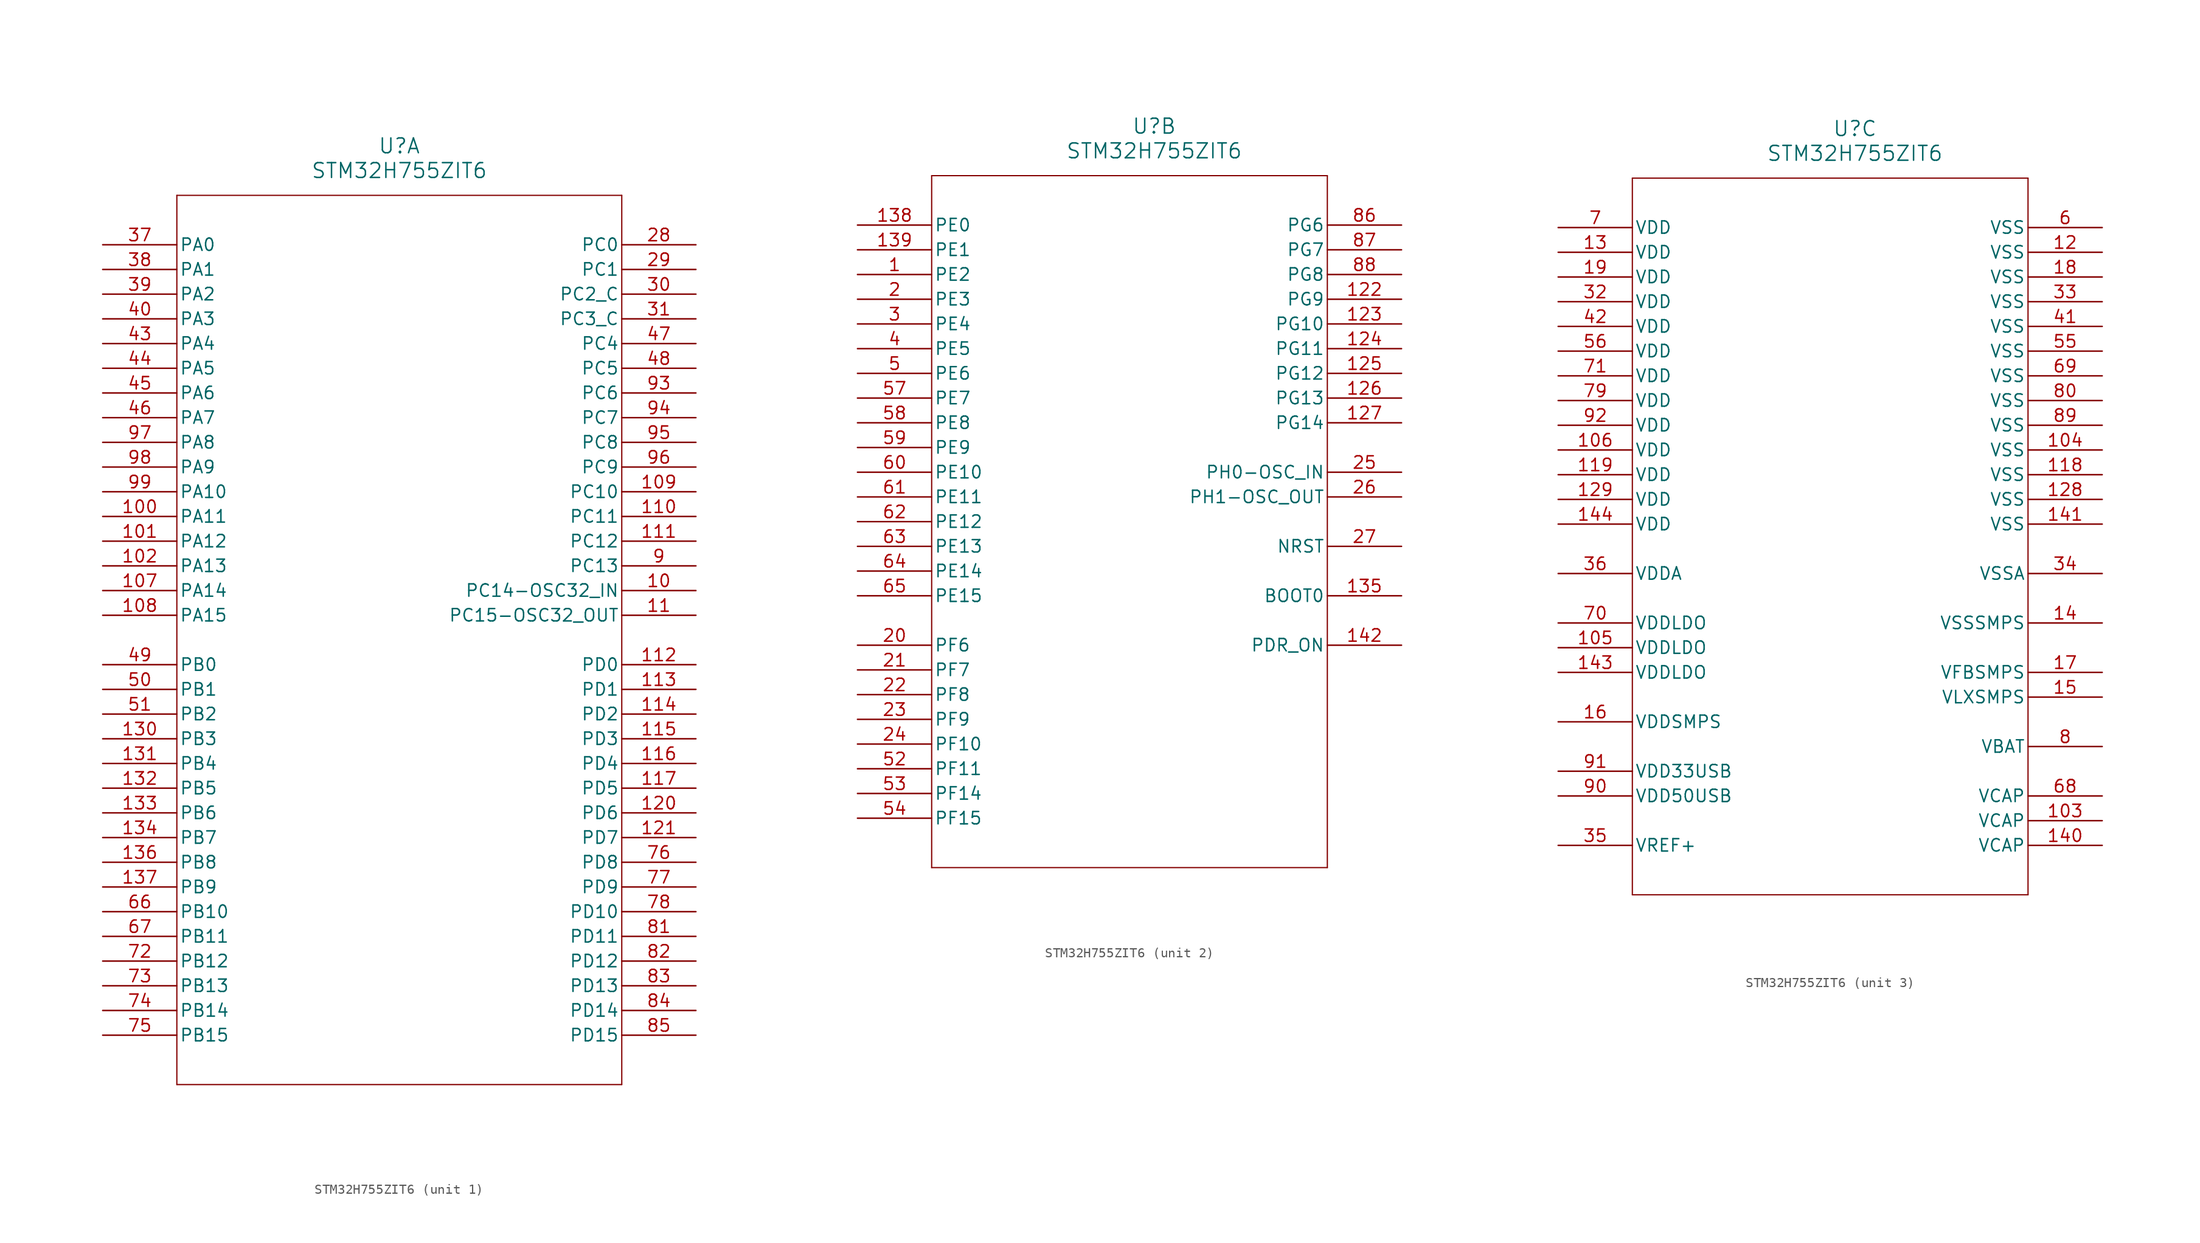
<source format=kicad_sym>
(kicad_symbol_lib
  (version 20211014)
  (generator kicad_symbol_editor)
  (symbol "STM32H755ZIT6"
    (pin_names
      (offset 0.254))
    (property "Reference" "U"
      (at 30.48 10.16 0)
      (effects (font (size 1.524 1.524))))
    (property "Value" "STM32H755ZIT6"
      (at 30.48 7.62 0)
      (effects (font (size 1.524 1.524))))
    (symbol "STM32H755ZIT6_1_1"
      (polyline (pts (xy 7.62 5.08) (xy 7.62 -86.36)) (stroke (width 0.127) (type default) (color 0 0 0 0)) (fill (type none)))
      (polyline (pts (xy 7.62 -86.36) (xy 53.34 -86.36)) (stroke (width 0.127) (type default) (color 0 0 0 0)) (fill (type none)))
      (polyline (pts (xy 53.34 -86.36) (xy 53.34 5.08)) (stroke (width 0.127) (type default) (color 0 0 0 0)) (fill (type none)))
      (polyline (pts (xy 53.34 5.08) (xy 7.62 5.08)) (stroke (width 0.127) (type default) (color 0 0 0 0)) (fill (type none)))
      (pin bidirectional line (at 60.96 -33.02 180) (length 7.62) (name "PC13" (effects (font (size 1.27 1.27)))) (number "9" (effects (font (size 1.27 1.27)))))
      (pin bidirectional line (at 60.96 -35.56 180) (length 7.62) (name "PC14-OSC32_IN" (effects (font (size 1.27 1.27)))) (number "10" (effects (font (size 1.27 1.27)))))
      (pin bidirectional line (at 60.96 -38.1 180) (length 7.62) (name "PC15-OSC32_OUT" (effects (font (size 1.27 1.27)))) (number "11" (effects (font (size 1.27 1.27)))))
      (pin bidirectional line (at 60.96 0 180) (length 7.62) (name "PC0" (effects (font (size 1.27 1.27)))) (number "28" (effects (font (size 1.27 1.27)))))
      (pin bidirectional line (at 60.96 -2.54 180) (length 7.62) (name "PC1" (effects (font (size 1.27 1.27)))) (number "29" (effects (font (size 1.27 1.27)))))
      (pin bidirectional line (at 60.96 -5.08 180) (length 7.62) (name "PC2_C" (effects (font (size 1.27 1.27)))) (number "30" (effects (font (size 1.27 1.27)))))
      (pin bidirectional line (at 60.96 -7.62 180) (length 7.62) (name "PC3_C" (effects (font (size 1.27 1.27)))) (number "31" (effects (font (size 1.27 1.27)))))
      (pin bidirectional line (at 0 0 0) (length 7.62) (name "PA0" (effects (font (size 1.27 1.27)))) (number "37" (effects (font (size 1.27 1.27)))))
      (pin bidirectional line (at 0 -2.54 0) (length 7.62) (name "PA1" (effects (font (size 1.27 1.27)))) (number "38" (effects (font (size 1.27 1.27)))))
      (pin bidirectional line (at 0 -5.08 0) (length 7.62) (name "PA2" (effects (font (size 1.27 1.27)))) (number "39" (effects (font (size 1.27 1.27)))))
      (pin bidirectional line (at 0 -7.62 0) (length 7.62) (name "PA3" (effects (font (size 1.27 1.27)))) (number "40" (effects (font (size 1.27 1.27)))))
      (pin bidirectional line (at 0 -10.16 0) (length 7.62) (name "PA4" (effects (font (size 1.27 1.27)))) (number "43" (effects (font (size 1.27 1.27)))))
      (pin bidirectional line (at 0 -12.7 0) (length 7.62) (name "PA5" (effects (font (size 1.27 1.27)))) (number "44" (effects (font (size 1.27 1.27)))))
      (pin bidirectional line (at 0 -15.24 0) (length 7.62) (name "PA6" (effects (font (size 1.27 1.27)))) (number "45" (effects (font (size 1.27 1.27)))))
      (pin bidirectional line (at 0 -17.78 0) (length 7.62) (name "PA7" (effects (font (size 1.27 1.27)))) (number "46" (effects (font (size 1.27 1.27)))))
      (pin bidirectional line (at 60.96 -10.16 180) (length 7.62) (name "PC4" (effects (font (size 1.27 1.27)))) (number "47" (effects (font (size 1.27 1.27)))))
      (pin bidirectional line (at 60.96 -12.7 180) (length 7.62) (name "PC5" (effects (font (size 1.27 1.27)))) (number "48" (effects (font (size 1.27 1.27)))))
      (pin bidirectional line (at 0 -43.18 0) (length 7.62) (name "PB0" (effects (font (size 1.27 1.27)))) (number "49" (effects (font (size 1.27 1.27)))))
      (pin bidirectional line (at 0 -45.72 0) (length 7.62) (name "PB1" (effects (font (size 1.27 1.27)))) (number "50" (effects (font (size 1.27 1.27)))))
      (pin bidirectional line (at 0 -48.26 0) (length 7.62) (name "PB2" (effects (font (size 1.27 1.27)))) (number "51" (effects (font (size 1.27 1.27)))))
      (pin bidirectional line (at 0 -68.58 0) (length 7.62) (name "PB10" (effects (font (size 1.27 1.27)))) (number "66" (effects (font (size 1.27 1.27)))))
      (pin bidirectional line (at 0 -71.12 0) (length 7.62) (name "PB11" (effects (font (size 1.27 1.27)))) (number "67" (effects (font (size 1.27 1.27)))))
      (pin bidirectional line (at 0 -73.66 0) (length 7.62) (name "PB12" (effects (font (size 1.27 1.27)))) (number "72" (effects (font (size 1.27 1.27)))))
      (pin bidirectional line (at 0 -76.2 0) (length 7.62) (name "PB13" (effects (font (size 1.27 1.27)))) (number "73" (effects (font (size 1.27 1.27)))))
      (pin bidirectional line (at 0 -78.74 0) (length 7.62) (name "PB14" (effects (font (size 1.27 1.27)))) (number "74" (effects (font (size 1.27 1.27)))))
      (pin bidirectional line (at 0 -81.28 0) (length 7.62) (name "PB15" (effects (font (size 1.27 1.27)))) (number "75" (effects (font (size 1.27 1.27)))))
      (pin bidirectional line (at 60.96 -63.5 180) (length 7.62) (name "PD8" (effects (font (size 1.27 1.27)))) (number "76" (effects (font (size 1.27 1.27)))))
      (pin bidirectional line (at 60.96 -66.04 180) (length 7.62) (name "PD9" (effects (font (size 1.27 1.27)))) (number "77" (effects (font (size 1.27 1.27)))))
      (pin bidirectional line (at 60.96 -68.58 180) (length 7.62) (name "PD10" (effects (font (size 1.27 1.27)))) (number "78" (effects (font (size 1.27 1.27)))))
      (pin bidirectional line (at 60.96 -71.12 180) (length 7.62) (name "PD11" (effects (font (size 1.27 1.27)))) (number "81" (effects (font (size 1.27 1.27)))))
      (pin bidirectional line (at 60.96 -73.66 180) (length 7.62) (name "PD12" (effects (font (size 1.27 1.27)))) (number "82" (effects (font (size 1.27 1.27)))))
      (pin bidirectional line (at 60.96 -76.2 180) (length 7.62) (name "PD13" (effects (font (size 1.27 1.27)))) (number "83" (effects (font (size 1.27 1.27)))))
      (pin bidirectional line (at 60.96 -78.74 180) (length 7.62) (name "PD14" (effects (font (size 1.27 1.27)))) (number "84" (effects (font (size 1.27 1.27)))))
      (pin bidirectional line (at 60.96 -81.28 180) (length 7.62) (name "PD15" (effects (font (size 1.27 1.27)))) (number "85" (effects (font (size 1.27 1.27)))))
      (pin bidirectional line (at 60.96 -15.24 180) (length 7.62) (name "PC6" (effects (font (size 1.27 1.27)))) (number "93" (effects (font (size 1.27 1.27)))))
      (pin bidirectional line (at 60.96 -17.78 180) (length 7.62) (name "PC7" (effects (font (size 1.27 1.27)))) (number "94" (effects (font (size 1.27 1.27)))))
      (pin bidirectional line (at 60.96 -20.32 180) (length 7.62) (name "PC8" (effects (font (size 1.27 1.27)))) (number "95" (effects (font (size 1.27 1.27)))))
      (pin bidirectional line (at 60.96 -22.86 180) (length 7.62) (name "PC9" (effects (font (size 1.27 1.27)))) (number "96" (effects (font (size 1.27 1.27)))))
      (pin bidirectional line (at 0 -20.32 0) (length 7.62) (name "PA8" (effects (font (size 1.27 1.27)))) (number "97" (effects (font (size 1.27 1.27)))))
      (pin bidirectional line (at 0 -22.86 0) (length 7.62) (name "PA9" (effects (font (size 1.27 1.27)))) (number "98" (effects (font (size 1.27 1.27)))))
      (pin bidirectional line (at 0 -25.4 0) (length 7.62) (name "PA10" (effects (font (size 1.27 1.27)))) (number "99" (effects (font (size 1.27 1.27)))))
      (pin bidirectional line (at 0 -27.94 0) (length 7.62) (name "PA11" (effects (font (size 1.27 1.27)))) (number "100" (effects (font (size 1.27 1.27)))))
      (pin bidirectional line (at 0 -30.48 0) (length 7.62) (name "PA12" (effects (font (size 1.27 1.27)))) (number "101" (effects (font (size 1.27 1.27)))))
      (pin bidirectional line (at 0 -33.02 0) (length 7.62) (name "PA13" (effects (font (size 1.27 1.27)))) (number "102" (effects (font (size 1.27 1.27)))))
      (pin bidirectional line (at 0 -35.56 0) (length 7.62) (name "PA14" (effects (font (size 1.27 1.27)))) (number "107" (effects (font (size 1.27 1.27)))))
      (pin bidirectional line (at 0 -38.1 0) (length 7.62) (name "PA15" (effects (font (size 1.27 1.27)))) (number "108" (effects (font (size 1.27 1.27)))))
      (pin bidirectional line (at 60.96 -25.4 180) (length 7.62) (name "PC10" (effects (font (size 1.27 1.27)))) (number "109" (effects (font (size 1.27 1.27)))))
      (pin bidirectional line (at 60.96 -27.94 180) (length 7.62) (name "PC11" (effects (font (size 1.27 1.27)))) (number "110" (effects (font (size 1.27 1.27)))))
      (pin bidirectional line (at 60.96 -30.48 180) (length 7.62) (name "PC12" (effects (font (size 1.27 1.27)))) (number "111" (effects (font (size 1.27 1.27)))))
      (pin bidirectional line (at 60.96 -43.18 180) (length 7.62) (name "PD0" (effects (font (size 1.27 1.27)))) (number "112" (effects (font (size 1.27 1.27)))))
      (pin bidirectional line (at 60.96 -45.72 180) (length 7.62) (name "PD1" (effects (font (size 1.27 1.27)))) (number "113" (effects (font (size 1.27 1.27)))))
      (pin bidirectional line (at 60.96 -48.26 180) (length 7.62) (name "PD2" (effects (font (size 1.27 1.27)))) (number "114" (effects (font (size 1.27 1.27)))))
      (pin bidirectional line (at 60.96 -50.8 180) (length 7.62) (name "PD3" (effects (font (size 1.27 1.27)))) (number "115" (effects (font (size 1.27 1.27)))))
      (pin bidirectional line (at 60.96 -53.34 180) (length 7.62) (name "PD4" (effects (font (size 1.27 1.27)))) (number "116" (effects (font (size 1.27 1.27)))))
      (pin bidirectional line (at 60.96 -55.88 180) (length 7.62) (name "PD5" (effects (font (size 1.27 1.27)))) (number "117" (effects (font (size 1.27 1.27)))))
      (pin bidirectional line (at 60.96 -58.42 180) (length 7.62) (name "PD6" (effects (font (size 1.27 1.27)))) (number "120" (effects (font (size 1.27 1.27)))))
      (pin bidirectional line (at 60.96 -60.96 180) (length 7.62) (name "PD7" (effects (font (size 1.27 1.27)))) (number "121" (effects (font (size 1.27 1.27)))))
      (pin bidirectional line (at 0 -50.8 0) (length 7.62) (name "PB3" (effects (font (size 1.27 1.27)))) (number "130" (effects (font (size 1.27 1.27)))))
      (pin bidirectional line (at 0 -53.34 0) (length 7.62) (name "PB4" (effects (font (size 1.27 1.27)))) (number "131" (effects (font (size 1.27 1.27)))))
      (pin bidirectional line (at 0 -55.88 0) (length 7.62) (name "PB5" (effects (font (size 1.27 1.27)))) (number "132" (effects (font (size 1.27 1.27)))))
      (pin bidirectional line (at 0 -58.42 0) (length 7.62) (name "PB6" (effects (font (size 1.27 1.27)))) (number "133" (effects (font (size 1.27 1.27)))))
      (pin bidirectional line (at 0 -60.96 0) (length 7.62) (name "PB7" (effects (font (size 1.27 1.27)))) (number "134" (effects (font (size 1.27 1.27)))))
      (pin bidirectional line (at 0 -63.5 0) (length 7.62) (name "PB8" (effects (font (size 1.27 1.27)))) (number "136" (effects (font (size 1.27 1.27)))))
      (pin bidirectional line (at 0 -66.04 0) (length 7.62) (name "PB9" (effects (font (size 1.27 1.27)))) (number "137" (effects (font (size 1.27 1.27))))))
    (symbol "STM32H755ZIT6_2_1"
      (polyline (pts (xy 7.62 5.08) (xy 7.62 -66.04)) (stroke (width 0.127) (type default) (color 0 0 0 0)) (fill (type none)))
      (polyline (pts (xy 7.62 -66.04) (xy 48.26 -66.04)) (stroke (width 0.127) (type default) (color 0 0 0 0)) (fill (type none)))
      (polyline (pts (xy 48.26 -66.04) (xy 48.26 5.08)) (stroke (width 0.127) (type default) (color 0 0 0 0)) (fill (type none)))
      (polyline (pts (xy 48.26 5.08) (xy 7.62 5.08)) (stroke (width 0.127) (type default) (color 0 0 0 0)) (fill (type none)))
      (pin bidirectional line (at 0 -5.08 0) (length 7.62) (name "PE2" (effects (font (size 1.27 1.27)))) (number "1" (effects (font (size 1.27 1.27)))))
      (pin bidirectional line (at 0 -7.62 0) (length 7.62) (name "PE3" (effects (font (size 1.27 1.27)))) (number "2" (effects (font (size 1.27 1.27)))))
      (pin bidirectional line (at 0 -10.16 0) (length 7.62) (name "PE4" (effects (font (size 1.27 1.27)))) (number "3" (effects (font (size 1.27 1.27)))))
      (pin bidirectional line (at 0 -12.7 0) (length 7.62) (name "PE5" (effects (font (size 1.27 1.27)))) (number "4" (effects (font (size 1.27 1.27)))))
      (pin bidirectional line (at 0 -15.24 0) (length 7.62) (name "PE6" (effects (font (size 1.27 1.27)))) (number "5" (effects (font (size 1.27 1.27)))))
      (pin bidirectional line (at 0 -43.18 0) (length 7.62) (name "PF6" (effects (font (size 1.27 1.27)))) (number "20" (effects (font (size 1.27 1.27)))))
      (pin bidirectional line (at 0 -45.72 0) (length 7.62) (name "PF7" (effects (font (size 1.27 1.27)))) (number "21" (effects (font (size 1.27 1.27)))))
      (pin bidirectional line (at 0 -48.26 0) (length 7.62) (name "PF8" (effects (font (size 1.27 1.27)))) (number "22" (effects (font (size 1.27 1.27)))))
      (pin bidirectional line (at 0 -50.8 0) (length 7.62) (name "PF9" (effects (font (size 1.27 1.27)))) (number "23" (effects (font (size 1.27 1.27)))))
      (pin bidirectional line (at 0 -53.34 0) (length 7.62) (name "PF10" (effects (font (size 1.27 1.27)))) (number "24" (effects (font (size 1.27 1.27)))))
      (pin bidirectional line (at 55.88 -25.4 180) (length 7.62) (name "PH0-OSC_IN" (effects (font (size 1.27 1.27)))) (number "25" (effects (font (size 1.27 1.27)))))
      (pin bidirectional line (at 55.88 -27.94 180) (length 7.62) (name "PH1-OSC_OUT" (effects (font (size 1.27 1.27)))) (number "26" (effects (font (size 1.27 1.27)))))
      (pin bidirectional line (at 55.88 -33.02 180) (length 7.62) (name "NRST" (effects (font (size 1.27 1.27)))) (number "27" (effects (font (size 1.27 1.27)))))
      (pin bidirectional line (at 0 -55.88 0) (length 7.62) (name "PF11" (effects (font (size 1.27 1.27)))) (number "52" (effects (font (size 1.27 1.27)))))
      (pin bidirectional line (at 0 -58.42 0) (length 7.62) (name "PF14" (effects (font (size 1.27 1.27)))) (number "53" (effects (font (size 1.27 1.27)))))
      (pin bidirectional line (at 0 -60.96 0) (length 7.62) (name "PF15" (effects (font (size 1.27 1.27)))) (number "54" (effects (font (size 1.27 1.27)))))
      (pin bidirectional line (at 0 -17.78 0) (length 7.62) (name "PE7" (effects (font (size 1.27 1.27)))) (number "57" (effects (font (size 1.27 1.27)))))
      (pin bidirectional line (at 0 -20.32 0) (length 7.62) (name "PE8" (effects (font (size 1.27 1.27)))) (number "58" (effects (font (size 1.27 1.27)))))
      (pin bidirectional line (at 0 -22.86 0) (length 7.62) (name "PE9" (effects (font (size 1.27 1.27)))) (number "59" (effects (font (size 1.27 1.27)))))
      (pin bidirectional line (at 0 -25.4 0) (length 7.62) (name "PE10" (effects (font (size 1.27 1.27)))) (number "60" (effects (font (size 1.27 1.27)))))
      (pin bidirectional line (at 0 -27.94 0) (length 7.62) (name "PE11" (effects (font (size 1.27 1.27)))) (number "61" (effects (font (size 1.27 1.27)))))
      (pin bidirectional line (at 0 -30.48 0) (length 7.62) (name "PE12" (effects (font (size 1.27 1.27)))) (number "62" (effects (font (size 1.27 1.27)))))
      (pin bidirectional line (at 0 -33.02 0) (length 7.62) (name "PE13" (effects (font (size 1.27 1.27)))) (number "63" (effects (font (size 1.27 1.27)))))
      (pin bidirectional line (at 0 -35.56 0) (length 7.62) (name "PE14" (effects (font (size 1.27 1.27)))) (number "64" (effects (font (size 1.27 1.27)))))
      (pin bidirectional line (at 0 -38.1 0) (length 7.62) (name "PE15" (effects (font (size 1.27 1.27)))) (number "65" (effects (font (size 1.27 1.27)))))
      (pin bidirectional line (at 55.88 0 180) (length 7.62) (name "PG6" (effects (font (size 1.27 1.27)))) (number "86" (effects (font (size 1.27 1.27)))))
      (pin bidirectional line (at 55.88 -2.54 180) (length 7.62) (name "PG7" (effects (font (size 1.27 1.27)))) (number "87" (effects (font (size 1.27 1.27)))))
      (pin bidirectional line (at 55.88 -5.08 180) (length 7.62) (name "PG8" (effects (font (size 1.27 1.27)))) (number "88" (effects (font (size 1.27 1.27)))))
      (pin bidirectional line (at 55.88 -7.62 180) (length 7.62) (name "PG9" (effects (font (size 1.27 1.27)))) (number "122" (effects (font (size 1.27 1.27)))))
      (pin bidirectional line (at 55.88 -10.16 180) (length 7.62) (name "PG10" (effects (font (size 1.27 1.27)))) (number "123" (effects (font (size 1.27 1.27)))))
      (pin bidirectional line (at 55.88 -12.7 180) (length 7.62) (name "PG11" (effects (font (size 1.27 1.27)))) (number "124" (effects (font (size 1.27 1.27)))))
      (pin bidirectional line (at 55.88 -15.24 180) (length 7.62) (name "PG12" (effects (font (size 1.27 1.27)))) (number "125" (effects (font (size 1.27 1.27)))))
      (pin bidirectional line (at 55.88 -17.78 180) (length 7.62) (name "PG13" (effects (font (size 1.27 1.27)))) (number "126" (effects (font (size 1.27 1.27)))))
      (pin bidirectional line (at 55.88 -20.32 180) (length 7.62) (name "PG14" (effects (font (size 1.27 1.27)))) (number "127" (effects (font (size 1.27 1.27)))))
      (pin input line (at 55.88 -38.1 180) (length 7.62) (name "BOOT0" (effects (font (size 1.27 1.27)))) (number "135" (effects (font (size 1.27 1.27)))))
      (pin bidirectional line (at 0 0 0) (length 7.62) (name "PE0" (effects (font (size 1.27 1.27)))) (number "138" (effects (font (size 1.27 1.27)))))
      (pin bidirectional line (at 0 -2.54 0) (length 7.62) (name "PE1" (effects (font (size 1.27 1.27)))) (number "139" (effects (font (size 1.27 1.27)))))
      (pin bidirectional line (at 55.88 -43.18 180) (length 7.62) (name "PDR_ON" (effects (font (size 1.27 1.27)))) (number "142" (effects (font (size 1.27 1.27))))))
    (symbol "STM32H755ZIT6_3_1"
      (polyline (pts (xy 7.62 5.08) (xy 7.62 -68.58)) (stroke (width 0.127) (type default) (color 0 0 0 0)) (fill (type none)))
      (polyline (pts (xy 7.62 -68.58) (xy 48.26 -68.58)) (stroke (width 0.127) (type default) (color 0 0 0 0)) (fill (type none)))
      (polyline (pts (xy 48.26 -68.58) (xy 48.26 5.08)) (stroke (width 0.127) (type default) (color 0 0 0 0)) (fill (type none)))
      (polyline (pts (xy 48.26 5.08) (xy 7.62 5.08)) (stroke (width 0.127) (type default) (color 0 0 0 0)) (fill (type none)))
      (pin power_in line (at 55.88 0 180) (length 7.62) (name "VSS" (effects (font (size 1.27 1.27)))) (number "6" (effects (font (size 1.27 1.27)))))
      (pin power_in line (at 0 0 0) (length 7.62) (name "VDD" (effects (font (size 1.27 1.27)))) (number "7" (effects (font (size 1.27 1.27)))))
      (pin power_in line (at 55.88 -53.34 180) (length 7.62) (name "VBAT" (effects (font (size 1.27 1.27)))) (number "8" (effects (font (size 1.27 1.27)))))
      (pin power_in line (at 55.88 -2.54 180) (length 7.62) (name "VSS" (effects (font (size 1.27 1.27)))) (number "12" (effects (font (size 1.27 1.27)))))
      (pin power_in line (at 0 -2.54 0) (length 7.62) (name "VDD" (effects (font (size 1.27 1.27)))) (number "13" (effects (font (size 1.27 1.27)))))
      (pin power_in line (at 55.88 -40.64 180) (length 7.62) (name "VSSSMPS" (effects (font (size 1.27 1.27)))) (number "14" (effects (font (size 1.27 1.27)))))
      (pin power_in line (at 55.88 -48.26 180) (length 7.62) (name "VLXSMPS" (effects (font (size 1.27 1.27)))) (number "15" (effects (font (size 1.27 1.27)))))
      (pin power_in line (at 0 -50.8 0) (length 7.62) (name "VDDSMPS" (effects (font (size 1.27 1.27)))) (number "16" (effects (font (size 1.27 1.27)))))
      (pin power_in line (at 55.88 -45.72 180) (length 7.62) (name "VFBSMPS" (effects (font (size 1.27 1.27)))) (number "17" (effects (font (size 1.27 1.27)))))
      (pin power_in line (at 55.88 -5.08 180) (length 7.62) (name "VSS" (effects (font (size 1.27 1.27)))) (number "18" (effects (font (size 1.27 1.27)))))
      (pin power_in line (at 0 -5.08 0) (length 7.62) (name "VDD" (effects (font (size 1.27 1.27)))) (number "19" (effects (font (size 1.27 1.27)))))
      (pin power_in line (at 0 -7.62 0) (length 7.62) (name "VDD" (effects (font (size 1.27 1.27)))) (number "32" (effects (font (size 1.27 1.27)))))
      (pin power_in line (at 55.88 -7.62 180) (length 7.62) (name "VSS" (effects (font (size 1.27 1.27)))) (number "33" (effects (font (size 1.27 1.27)))))
      (pin power_in line (at 55.88 -35.56 180) (length 7.62) (name "VSSA" (effects (font (size 1.27 1.27)))) (number "34" (effects (font (size 1.27 1.27)))))
      (pin power_in line (at 0 -63.5 0) (length 7.62) (name "VREF+" (effects (font (size 1.27 1.27)))) (number "35" (effects (font (size 1.27 1.27)))))
      (pin power_in line (at 0 -35.56 0) (length 7.62) (name "VDDA" (effects (font (size 1.27 1.27)))) (number "36" (effects (font (size 1.27 1.27)))))
      (pin power_in line (at 55.88 -10.16 180) (length 7.62) (name "VSS" (effects (font (size 1.27 1.27)))) (number "41" (effects (font (size 1.27 1.27)))))
      (pin power_in line (at 0 -10.16 0) (length 7.62) (name "VDD" (effects (font (size 1.27 1.27)))) (number "42" (effects (font (size 1.27 1.27)))))
      (pin power_in line (at 55.88 -12.7 180) (length 7.62) (name "VSS" (effects (font (size 1.27 1.27)))) (number "55" (effects (font (size 1.27 1.27)))))
      (pin power_in line (at 0 -12.7 0) (length 7.62) (name "VDD" (effects (font (size 1.27 1.27)))) (number "56" (effects (font (size 1.27 1.27)))))
      (pin power_in line (at 55.88 -58.42 180) (length 7.62) (name "VCAP" (effects (font (size 1.27 1.27)))) (number "68" (effects (font (size 1.27 1.27)))))
      (pin power_in line (at 55.88 -15.24 180) (length 7.62) (name "VSS" (effects (font (size 1.27 1.27)))) (number "69" (effects (font (size 1.27 1.27)))))
      (pin power_in line (at 0 -40.64 0) (length 7.62) (name "VDDLDO" (effects (font (size 1.27 1.27)))) (number "70" (effects (font (size 1.27 1.27)))))
      (pin power_in line (at 0 -15.24 0) (length 7.62) (name "VDD" (effects (font (size 1.27 1.27)))) (number "71" (effects (font (size 1.27 1.27)))))
      (pin power_in line (at 0 -17.78 0) (length 7.62) (name "VDD" (effects (font (size 1.27 1.27)))) (number "79" (effects (font (size 1.27 1.27)))))
      (pin power_in line (at 55.88 -17.78 180) (length 7.62) (name "VSS" (effects (font (size 1.27 1.27)))) (number "80" (effects (font (size 1.27 1.27)))))
      (pin power_in line (at 55.88 -20.32 180) (length 7.62) (name "VSS" (effects (font (size 1.27 1.27)))) (number "89" (effects (font (size 1.27 1.27)))))
      (pin power_in line (at 0 -58.42 0) (length 7.62) (name "VDD50USB" (effects (font (size 1.27 1.27)))) (number "90" (effects (font (size 1.27 1.27)))))
      (pin power_in line (at 0 -55.88 0) (length 7.62) (name "VDD33USB" (effects (font (size 1.27 1.27)))) (number "91" (effects (font (size 1.27 1.27)))))
      (pin power_in line (at 0 -20.32 0) (length 7.62) (name "VDD" (effects (font (size 1.27 1.27)))) (number "92" (effects (font (size 1.27 1.27)))))
      (pin power_in line (at 55.88 -60.96 180) (length 7.62) (name "VCAP" (effects (font (size 1.27 1.27)))) (number "103" (effects (font (size 1.27 1.27)))))
      (pin power_in line (at 55.88 -22.86 180) (length 7.62) (name "VSS" (effects (font (size 1.27 1.27)))) (number "104" (effects (font (size 1.27 1.27)))))
      (pin power_in line (at 0 -43.18 0) (length 7.62) (name "VDDLDO" (effects (font (size 1.27 1.27)))) (number "105" (effects (font (size 1.27 1.27)))))
      (pin power_in line (at 0 -22.86 0) (length 7.62) (name "VDD" (effects (font (size 1.27 1.27)))) (number "106" (effects (font (size 1.27 1.27)))))
      (pin power_in line (at 55.88 -25.4 180) (length 7.62) (name "VSS" (effects (font (size 1.27 1.27)))) (number "118" (effects (font (size 1.27 1.27)))))
      (pin power_in line (at 0 -25.4 0) (length 7.62) (name "VDD" (effects (font (size 1.27 1.27)))) (number "119" (effects (font (size 1.27 1.27)))))
      (pin power_in line (at 55.88 -27.94 180) (length 7.62) (name "VSS" (effects (font (size 1.27 1.27)))) (number "128" (effects (font (size 1.27 1.27)))))
      (pin power_in line (at 0 -27.94 0) (length 7.62) (name "VDD" (effects (font (size 1.27 1.27)))) (number "129" (effects (font (size 1.27 1.27)))))
      (pin power_in line (at 55.88 -63.5 180) (length 7.62) (name "VCAP" (effects (font (size 1.27 1.27)))) (number "140" (effects (font (size 1.27 1.27)))))
      (pin power_in line (at 55.88 -30.48 180) (length 7.62) (name "VSS" (effects (font (size 1.27 1.27)))) (number "141" (effects (font (size 1.27 1.27)))))
      (pin power_in line (at 0 -45.72 0) (length 7.62) (name "VDDLDO" (effects (font (size 1.27 1.27)))) (number "143" (effects (font (size 1.27 1.27)))))
      (pin power_in line (at 0 -30.48 0) (length 7.62) (name "VDD" (effects (font (size 1.27 1.27)))) (number "144" (effects (font (size 1.27 1.27))))))))
</source>
